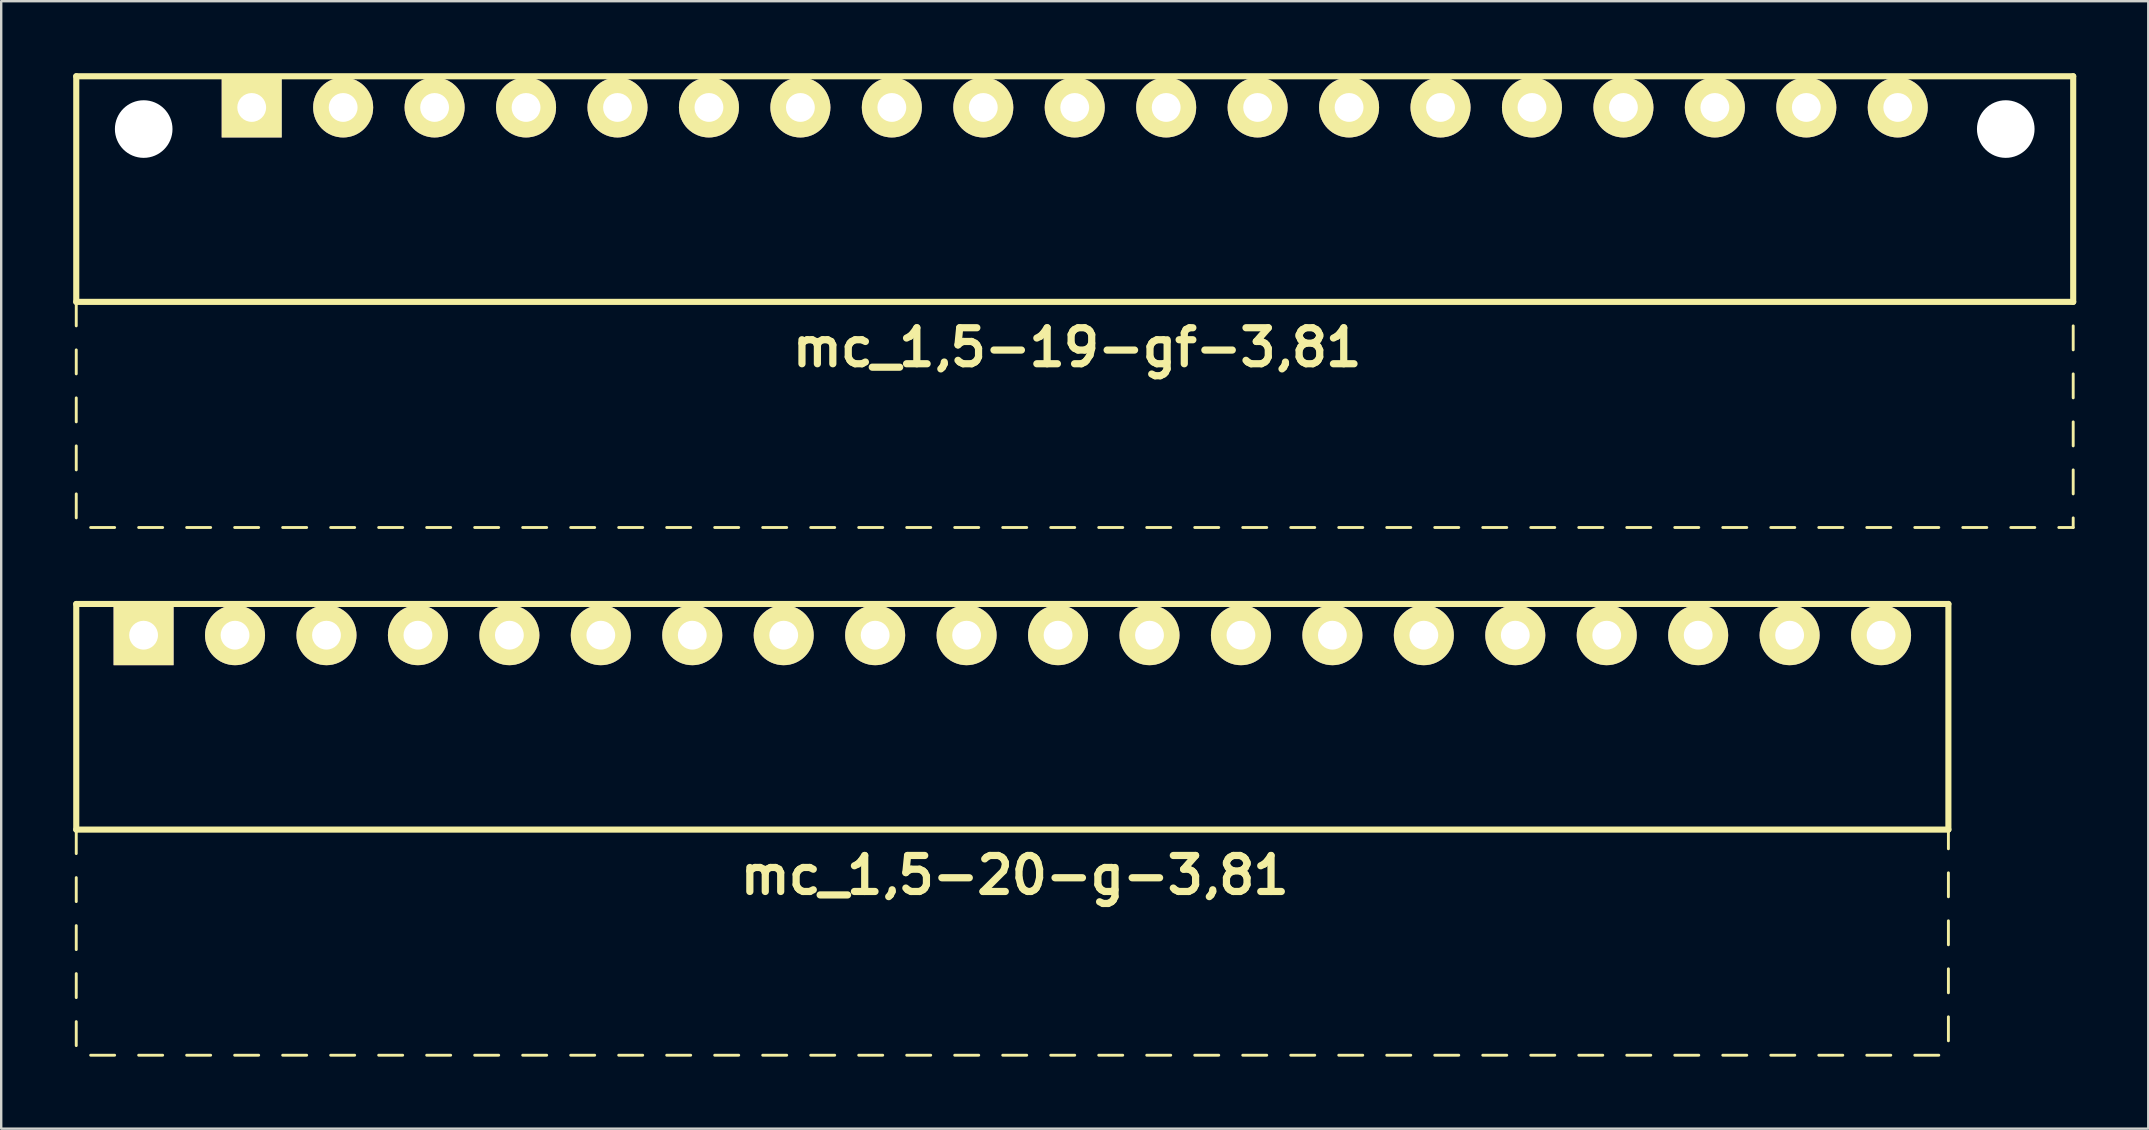
<source format=kicad_pcb>
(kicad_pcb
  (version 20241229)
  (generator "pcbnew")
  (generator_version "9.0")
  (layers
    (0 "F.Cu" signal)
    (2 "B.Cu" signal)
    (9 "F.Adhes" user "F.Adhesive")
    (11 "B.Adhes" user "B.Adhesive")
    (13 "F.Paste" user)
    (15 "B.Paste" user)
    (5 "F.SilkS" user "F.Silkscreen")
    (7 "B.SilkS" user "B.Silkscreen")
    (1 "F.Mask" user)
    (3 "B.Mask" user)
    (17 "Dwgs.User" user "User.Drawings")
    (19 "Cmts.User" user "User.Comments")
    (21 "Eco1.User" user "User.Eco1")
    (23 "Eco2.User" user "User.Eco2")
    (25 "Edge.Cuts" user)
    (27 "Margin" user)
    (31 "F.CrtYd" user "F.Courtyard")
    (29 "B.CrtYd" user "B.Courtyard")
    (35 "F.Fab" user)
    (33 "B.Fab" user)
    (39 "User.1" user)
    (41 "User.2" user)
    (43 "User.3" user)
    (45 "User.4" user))
  (footprint "mc_1,5-20-g-3,81"
    (layer "F.Cu")
    (at 39.127 23.414)
    (property "Reference" "mc_1,5-20-g-3,81" (at 0.1 10 0) (layer "F.SilkS") (effects (font (size 1.5 1.5) (thickness 0.3))))
    (attr through_hole)
    (fp_line (start -39 -1.3) (end -39 8.1) (stroke (width 0.254) (type solid)) (layer "F.SilkS"))
    (fp_line (start -39 -1.3) (end 39 -1.3) (stroke (width 0.254) (type solid)) (layer "F.SilkS"))
    (fp_line (start -39 8.1) (end -39 9.1) (stroke (width 0.12) (type solid)) (layer "F.SilkS"))
    (fp_line (start -39 8.1) (end 39 8.1) (stroke (width 0.254) (type solid)) (layer "F.SilkS"))
    (fp_line (start -39 10.1) (end -39 11.1) (stroke (width 0.12) (type solid)) (layer "F.SilkS"))
    (fp_line (start -39 12.1) (end -39 13.1) (stroke (width 0.12) (type solid)) (layer "F.SilkS"))
    (fp_line (start -39 14.1) (end -39 15.1) (stroke (width 0.12) (type solid)) (layer "F.SilkS"))
    (fp_line (start -39 16.1) (end -39 17.1) (stroke (width 0.12) (type solid)) (layer "F.SilkS"))
    (fp_line (start -38.4 17.5) (end -37.4 17.5) (stroke (width 0.12) (type solid)) (layer "F.SilkS"))
    (fp_line (start -36.4 17.5) (end -35.4 17.5) (stroke (width 0.12) (type solid)) (layer "F.SilkS"))
    (fp_line (start -34.4 17.5) (end -33.4 17.5) (stroke (width 0.12) (type solid)) (layer "F.SilkS"))
    (fp_line (start -32.4 17.5) (end -31.4 17.5) (stroke (width 0.12) (type solid)) (layer "F.SilkS"))
    (fp_line (start -30.4 17.5) (end -29.4 17.5) (stroke (width 0.12) (type solid)) (layer "F.SilkS"))
    (fp_line (start -28.4 17.5) (end -27.4 17.5) (stroke (width 0.12) (type solid)) (layer "F.SilkS"))
    (fp_line (start -26.4 17.5) (end -25.4 17.5) (stroke (width 0.12) (type solid)) (layer "F.SilkS"))
    (fp_line (start -24.4 17.5) (end -23.4 17.5) (stroke (width 0.12) (type solid)) (layer "F.SilkS"))
    (fp_line (start -22.4 17.5) (end -21.4 17.5) (stroke (width 0.12) (type solid)) (layer "F.SilkS"))
    (fp_line (start -20.4 17.5) (end -19.4 17.5) (stroke (width 0.12) (type solid)) (layer "F.SilkS"))
    (fp_line (start -18.4 17.5) (end -17.4 17.5) (stroke (width 0.12) (type solid)) (layer "F.SilkS"))
    (fp_line (start -16.4 17.5) (end -15.4 17.5) (stroke (width 0.12) (type solid)) (layer "F.SilkS"))
    (fp_line (start -14.4 17.5) (end -13.4 17.5) (stroke (width 0.12) (type solid)) (layer "F.SilkS"))
    (fp_line (start -12.4 17.5) (end -11.4 17.5) (stroke (width 0.12) (type solid)) (layer "F.SilkS"))
    (fp_line (start -10.4 17.5) (end -9.4 17.5) (stroke (width 0.12) (type solid)) (layer "F.SilkS"))
    (fp_line (start -8.4 17.5) (end -7.4 17.5) (stroke (width 0.12) (type solid)) (layer "F.SilkS"))
    (fp_line (start -6.4 17.5) (end -5.4 17.5) (stroke (width 0.12) (type solid)) (layer "F.SilkS"))
    (fp_line (start -4.4 17.5) (end -3.4 17.5) (stroke (width 0.12) (type solid)) (layer "F.SilkS"))
    (fp_line (start -2.4 17.5) (end -1.4 17.5) (stroke (width 0.12) (type solid)) (layer "F.SilkS"))
    (fp_line (start -0.4 17.5) (end 0.6 17.5) (stroke (width 0.12) (type solid)) (layer "F.SilkS"))
    (fp_line (start 1.6 17.5) (end 2.6 17.5) (stroke (width 0.12) (type solid)) (layer "F.SilkS"))
    (fp_line (start 3.6 17.5) (end 4.6 17.5) (stroke (width 0.12) (type solid)) (layer "F.SilkS"))
    (fp_line (start 5.6 17.5) (end 6.6 17.5) (stroke (width 0.12) (type solid)) (layer "F.SilkS"))
    (fp_line (start 7.6 17.5) (end 8.6 17.5) (stroke (width 0.12) (type solid)) (layer "F.SilkS"))
    (fp_line (start 9.6 17.5) (end 10.6 17.5) (stroke (width 0.12) (type solid)) (layer "F.SilkS"))
    (fp_line (start 11.6 17.5) (end 12.6 17.5) (stroke (width 0.12) (type solid)) (layer "F.SilkS"))
    (fp_line (start 13.6 17.5) (end 14.6 17.5) (stroke (width 0.12) (type solid)) (layer "F.SilkS"))
    (fp_line (start 15.6 17.5) (end 16.6 17.5) (stroke (width 0.12) (type solid)) (layer "F.SilkS"))
    (fp_line (start 17.6 17.5) (end 18.6 17.5) (stroke (width 0.12) (type solid)) (layer "F.SilkS"))
    (fp_line (start 19.6 17.5) (end 20.6 17.5) (stroke (width 0.12) (type solid)) (layer "F.SilkS"))
    (fp_line (start 21.6 17.5) (end 22.6 17.5) (stroke (width 0.12) (type solid)) (layer "F.SilkS"))
    (fp_line (start 23.6 17.5) (end 24.6 17.5) (stroke (width 0.12) (type solid)) (layer "F.SilkS"))
    (fp_line (start 25.6 17.5) (end 26.6 17.5) (stroke (width 0.12) (type solid)) (layer "F.SilkS"))
    (fp_line (start 27.6 17.5) (end 28.6 17.5) (stroke (width 0.12) (type solid)) (layer "F.SilkS"))
    (fp_line (start 29.6 17.5) (end 30.6 17.5) (stroke (width 0.12) (type solid)) (layer "F.SilkS"))
    (fp_line (start 31.6 17.5) (end 32.6 17.5) (stroke (width 0.12) (type solid)) (layer "F.SilkS"))
    (fp_line (start 33.6 17.5) (end 34.6 17.5) (stroke (width 0.12) (type solid)) (layer "F.SilkS"))
    (fp_line (start 35.6 17.5) (end 36.6 17.5) (stroke (width 0.12) (type solid)) (layer "F.SilkS"))
    (fp_line (start 37.6 17.5) (end 38.6 17.5) (stroke (width 0.12) (type solid)) (layer "F.SilkS"))
    (fp_line (start 39 -1.3) (end 39 8.1) (stroke (width 0.254) (type solid)) (layer "F.SilkS"))
    (fp_line (start 39 8.1) (end 39 8.9) (stroke (width 0.12) (type solid)) (layer "F.SilkS"))
    (fp_line (start 39 9.9) (end 39 10.9) (stroke (width 0.12) (type solid)) (layer "F.SilkS"))
    (fp_line (start 39 11.9) (end 39 12.9) (stroke (width 0.12) (type solid)) (layer "F.SilkS"))
    (fp_line (start 39 13.9) (end 39 14.9) (stroke (width 0.12) (type solid)) (layer "F.SilkS"))
    (fp_line (start 39 16.9) (end 39 15.9) (stroke (width 0.12) (type solid)) (layer "F.SilkS"))
    (pad "1" thru_hole rect (at -36.195 0) (size 2.5 2.5) (drill 1.2) (layers "*.Cu" "*.Mask" "F.SilkS"))
    (pad "2" thru_hole circle (at -32.385 0) (size 2.5 2.5) (drill 1.2) (layers "*.Cu" "*.Mask" "F.SilkS"))
    (pad "3" thru_hole circle (at -28.575 0) (size 2.5 2.5) (drill 1.2) (layers "*.Cu" "*.Mask" "F.SilkS"))
    (pad "4" thru_hole circle (at -24.765 0) (size 2.5 2.5) (drill 1.2) (layers "*.Cu" "*.Mask" "F.SilkS"))
    (pad "5" thru_hole circle (at -20.955 0) (size 2.5 2.5) (drill 1.2) (layers "*.Cu" "*.Mask" "F.SilkS"))
    (pad "6" thru_hole circle (at -17.145 0) (size 2.5 2.5) (drill 1.2) (layers "*.Cu" "*.Mask" "F.SilkS"))
    (pad "7" thru_hole circle (at -13.335 0) (size 2.5 2.5) (drill 1.2) (layers "*.Cu" "*.Mask" "F.SilkS"))
    (pad "8" thru_hole circle (at -9.525 0) (size 2.5 2.5) (drill 1.2) (layers "*.Cu" "*.Mask" "F.SilkS"))
    (pad "9" thru_hole circle (at -5.715 0) (size 2.5 2.5) (drill 1.2) (layers "*.Cu" "*.Mask" "F.SilkS"))
    (pad "10" thru_hole circle (at -1.905 0) (size 2.5 2.5) (drill 1.2) (layers "*.Cu" "*.Mask" "F.SilkS"))
    (pad "11" thru_hole circle (at 1.905 0) (size 2.5 2.5) (drill 1.2) (layers "*.Cu" "*.Mask" "F.SilkS"))
    (pad "12" thru_hole circle (at 5.715 0) (size 2.5 2.5) (drill 1.2) (layers "*.Cu" "*.Mask" "F.SilkS"))
    (pad "13" thru_hole circle (at 9.525 0) (size 2.5 2.5) (drill 1.2) (layers "*.Cu" "*.Mask" "F.SilkS"))
    (pad "14" thru_hole circle (at 13.335 0) (size 2.5 2.5) (drill 1.2) (layers "*.Cu" "*.Mask" "F.SilkS"))
    (pad "15" thru_hole circle (at 17.145 0) (size 2.5 2.5) (drill 1.2) (layers "*.Cu" "*.Mask" "F.SilkS"))
    (pad "16" thru_hole circle (at 20.955 0) (size 2.5 2.5) (drill 1.2) (layers "*.Cu" "*.Mask" "F.SilkS"))
    (pad "17" thru_hole circle (at 24.765 0) (size 2.5 2.5) (drill 1.2) (layers "*.Cu" "*.Mask" "F.SilkS"))
    (pad "18" thru_hole circle (at 28.575 0) (size 2.5 2.5) (drill 1.2) (layers "*.Cu" "*.Mask" "F.SilkS"))
    (pad "19" thru_hole circle (at 32.385 0) (size 2.5 2.5) (drill 1.2) (layers "*.Cu" "*.Mask" "F.SilkS"))
    (pad "20" thru_hole circle (at 36.195 0) (size 2.5 2.5) (drill 1.2) (layers "*.Cu" "*.Mask" "F.SilkS")))
  (footprint "mc_1,5-19-gf-3,81"
    (layer "F.Cu")
    (at 41.727 1.427)
    (property "Reference" "mc_1,5-19-gf-3,81" (at 0.1 10 0) (layer "F.SilkS") (effects (font (size 1.5 1.5) (thickness 0.3))))
    (attr through_hole)
    (fp_line (start -41.6 -1.3) (end -41.6 8.1) (stroke (width 0.254) (type solid)) (layer "F.SilkS"))
    (fp_line (start -41.6 -1.3) (end 41.6 -1.3) (stroke (width 0.254) (type solid)) (layer "F.SilkS"))
    (fp_line (start -41.6 8.1) (end -41.6 9.1) (stroke (width 0.12) (type solid)) (layer "F.SilkS"))
    (fp_line (start -41.6 8.1) (end 41.6 8.1) (stroke (width 0.254) (type solid)) (layer "F.SilkS"))
    (fp_line (start -41.6 10.1) (end -41.6 11.1) (stroke (width 0.12) (type solid)) (layer "F.SilkS"))
    (fp_line (start -41.6 12.1) (end -41.6 13.1) (stroke (width 0.12) (type solid)) (layer "F.SilkS"))
    (fp_line (start -41.6 14.1) (end -41.6 15.1) (stroke (width 0.12) (type solid)) (layer "F.SilkS"))
    (fp_line (start -41.6 16.1) (end -41.6 17.1) (stroke (width 0.12) (type solid)) (layer "F.SilkS"))
    (fp_line (start -41 17.5) (end -40 17.5) (stroke (width 0.12) (type solid)) (layer "F.SilkS"))
    (fp_line (start -39 17.5) (end -38 17.5) (stroke (width 0.12) (type solid)) (layer "F.SilkS"))
    (fp_line (start -37 17.5) (end -36 17.5) (stroke (width 0.12) (type solid)) (layer "F.SilkS"))
    (fp_line (start -35 17.5) (end -34 17.5) (stroke (width 0.12) (type solid)) (layer "F.SilkS"))
    (fp_line (start -33 17.5) (end -32 17.5) (stroke (width 0.12) (type solid)) (layer "F.SilkS"))
    (fp_line (start -31 17.5) (end -30 17.5) (stroke (width 0.12) (type solid)) (layer "F.SilkS"))
    (fp_line (start -29 17.5) (end -28 17.5) (stroke (width 0.12) (type solid)) (layer "F.SilkS"))
    (fp_line (start -27 17.5) (end -26 17.5) (stroke (width 0.12) (type solid)) (layer "F.SilkS"))
    (fp_line (start -25 17.5) (end -24 17.5) (stroke (width 0.12) (type solid)) (layer "F.SilkS"))
    (fp_line (start -23 17.5) (end -22 17.5) (stroke (width 0.12) (type solid)) (layer "F.SilkS"))
    (fp_line (start -21 17.5) (end -20 17.5) (stroke (width 0.12) (type solid)) (layer "F.SilkS"))
    (fp_line (start -19 17.5) (end -18 17.5) (stroke (width 0.12) (type solid)) (layer "F.SilkS"))
    (fp_line (start -17 17.5) (end -16 17.5) (stroke (width 0.12) (type solid)) (layer "F.SilkS"))
    (fp_line (start -15 17.5) (end -14 17.5) (stroke (width 0.12) (type solid)) (layer "F.SilkS"))
    (fp_line (start -13 17.5) (end -12 17.5) (stroke (width 0.12) (type solid)) (layer "F.SilkS"))
    (fp_line (start -11 17.5) (end -10 17.5) (stroke (width 0.12) (type solid)) (layer "F.SilkS"))
    (fp_line (start -9 17.5) (end -8 17.5) (stroke (width 0.12) (type solid)) (layer "F.SilkS"))
    (fp_line (start -7 17.5) (end -6 17.5) (stroke (width 0.12) (type solid)) (layer "F.SilkS"))
    (fp_line (start -5 17.5) (end -4 17.5) (stroke (width 0.12) (type solid)) (layer "F.SilkS"))
    (fp_line (start -3 17.5) (end -2 17.5) (stroke (width 0.12) (type solid)) (layer "F.SilkS"))
    (fp_line (start -1 17.5) (end 0 17.5) (stroke (width 0.12) (type solid)) (layer "F.SilkS"))
    (fp_line (start 1 17.5) (end 2 17.5) (stroke (width 0.12) (type solid)) (layer "F.SilkS"))
    (fp_line (start 3 17.5) (end 4 17.5) (stroke (width 0.12) (type solid)) (layer "F.SilkS"))
    (fp_line (start 5 17.5) (end 6 17.5) (stroke (width 0.12) (type solid)) (layer "F.SilkS"))
    (fp_line (start 7 17.5) (end 8 17.5) (stroke (width 0.12) (type solid)) (layer "F.SilkS"))
    (fp_line (start 9 17.5) (end 10 17.5) (stroke (width 0.12) (type solid)) (layer "F.SilkS"))
    (fp_line (start 11 17.5) (end 12 17.5) (stroke (width 0.12) (type solid)) (layer "F.SilkS"))
    (fp_line (start 13 17.5) (end 14 17.5) (stroke (width 0.12) (type solid)) (layer "F.SilkS"))
    (fp_line (start 15 17.5) (end 16 17.5) (stroke (width 0.12) (type solid)) (layer "F.SilkS"))
    (fp_line (start 17 17.5) (end 18 17.5) (stroke (width 0.12) (type solid)) (layer "F.SilkS"))
    (fp_line (start 19 17.5) (end 20 17.5) (stroke (width 0.12) (type solid)) (layer "F.SilkS"))
    (fp_line (start 21 17.5) (end 22 17.5) (stroke (width 0.12) (type solid)) (layer "F.SilkS"))
    (fp_line (start 23 17.5) (end 24 17.5) (stroke (width 0.12) (type solid)) (layer "F.SilkS"))
    (fp_line (start 25 17.5) (end 26 17.5) (stroke (width 0.12) (type solid)) (layer "F.SilkS"))
    (fp_line (start 27 17.5) (end 28 17.5) (stroke (width 0.12) (type solid)) (layer "F.SilkS"))
    (fp_line (start 29 17.5) (end 30 17.5) (stroke (width 0.12) (type solid)) (layer "F.SilkS"))
    (fp_line (start 31 17.5) (end 32 17.5) (stroke (width 0.12) (type solid)) (layer "F.SilkS"))
    (fp_line (start 33 17.5) (end 34 17.5) (stroke (width 0.12) (type solid)) (layer "F.SilkS"))
    (fp_line (start 35 17.5) (end 36 17.5) (stroke (width 0.12) (type solid)) (layer "F.SilkS"))
    (fp_line (start 37 17.5) (end 38 17.5) (stroke (width 0.12) (type solid)) (layer "F.SilkS"))
    (fp_line (start 39 17.5) (end 40 17.5) (stroke (width 0.12) (type solid)) (layer "F.SilkS"))
    (fp_line (start 41 17.5) (end 41.6 17.5) (stroke (width 0.12) (type solid)) (layer "F.SilkS"))
    (fp_line (start 41.6 -1.3) (end 41.6 8.1) (stroke (width 0.254) (type solid)) (layer "F.SilkS"))
    (fp_line (start 41.6 9.1) (end 41.6 10.1) (stroke (width 0.12) (type solid)) (layer "F.SilkS"))
    (fp_line (start 41.6 11.1) (end 41.6 12.1) (stroke (width 0.12) (type solid)) (layer "F.SilkS"))
    (fp_line (start 41.6 13.1) (end 41.6 14.1) (stroke (width 0.12) (type solid)) (layer "F.SilkS"))
    (fp_line (start 41.6 15.1) (end 41.6 16.1) (stroke (width 0.12) (type solid)) (layer "F.SilkS"))
    (fp_line (start 41.6 17.5) (end 41.6 17.1) (stroke (width 0.12) (type solid)) (layer "F.SilkS"))
    (pad "" np_thru_hole circle (at -38.79 0.9) (size 2.4 2.4) (drill 2.4) (layers "*.Cu" "*.Mask"))
    (pad "" np_thru_hole circle (at 38.79 0.9) (size 2.4 2.4) (drill 2.4) (layers "*.Cu" "*.Mask"))
    (pad "1" thru_hole rect (at -34.29 0) (size 2.5 2.5) (drill 1.2) (layers "*.Cu" "*.Mask" "F.SilkS"))
    (pad "2" thru_hole circle (at -30.48 0) (size 2.5 2.5) (drill 1.2) (layers "*.Cu" "*.Mask" "F.SilkS"))
    (pad "3" thru_hole circle (at -26.67 0) (size 2.5 2.5) (drill 1.2) (layers "*.Cu" "*.Mask" "F.SilkS"))
    (pad "4" thru_hole circle (at -22.86 0) (size 2.5 2.5) (drill 1.2) (layers "*.Cu" "*.Mask" "F.SilkS"))
    (pad "5" thru_hole circle (at -19.05 0) (size 2.5 2.5) (drill 1.2) (layers "*.Cu" "*.Mask" "F.SilkS"))
    (pad "6" thru_hole circle (at -15.24 0) (size 2.5 2.5) (drill 1.2) (layers "*.Cu" "*.Mask" "F.SilkS"))
    (pad "7" thru_hole circle (at -11.43 0) (size 2.5 2.5) (drill 1.2) (layers "*.Cu" "*.Mask" "F.SilkS"))
    (pad "8" thru_hole circle (at -7.62 0) (size 2.5 2.5) (drill 1.2) (layers "*.Cu" "*.Mask" "F.SilkS"))
    (pad "9" thru_hole circle (at -3.81 0) (size 2.5 2.5) (drill 1.2) (layers "*.Cu" "*.Mask" "F.SilkS"))
    (pad "10" thru_hole circle (at 0 0) (size 2.5 2.5) (drill 1.2) (layers "*.Cu" "*.Mask" "F.SilkS"))
    (pad "11" thru_hole circle (at 3.81 0) (size 2.5 2.5) (drill 1.2) (layers "*.Cu" "*.Mask" "F.SilkS"))
    (pad "12" thru_hole circle (at 7.62 0) (size 2.5 2.5) (drill 1.2) (layers "*.Cu" "*.Mask" "F.SilkS"))
    (pad "13" thru_hole circle (at 11.43 0) (size 2.5 2.5) (drill 1.2) (layers "*.Cu" "*.Mask" "F.SilkS"))
    (pad "14" thru_hole circle (at 15.24 0) (size 2.5 2.5) (drill 1.2) (layers "*.Cu" "*.Mask" "F.SilkS"))
    (pad "15" thru_hole circle (at 19.05 0) (size 2.5 2.5) (drill 1.2) (layers "*.Cu" "*.Mask" "F.SilkS"))
    (pad "16" thru_hole circle (at 22.86 0) (size 2.5 2.5) (drill 1.2) (layers "*.Cu" "*.Mask" "F.SilkS"))
    (pad "17" thru_hole circle (at 26.67 0) (size 2.5 2.5) (drill 1.2) (layers "*.Cu" "*.Mask" "F.SilkS"))
    (pad "18" thru_hole circle (at 30.48 0) (size 2.5 2.5) (drill 1.2) (layers "*.Cu" "*.Mask" "F.SilkS"))
    (pad "19" thru_hole circle (at 34.29 0) (size 2.5 2.5) (drill 1.2) (layers "*.Cu" "*.Mask" "F.SilkS")))
  (gr_rect
    (start -3 -3)
    (end 86.454 43.974)
    (stroke (width 0.1) (type default))
    (fill no)
    (layer "Edge.Cuts")))
</source>
